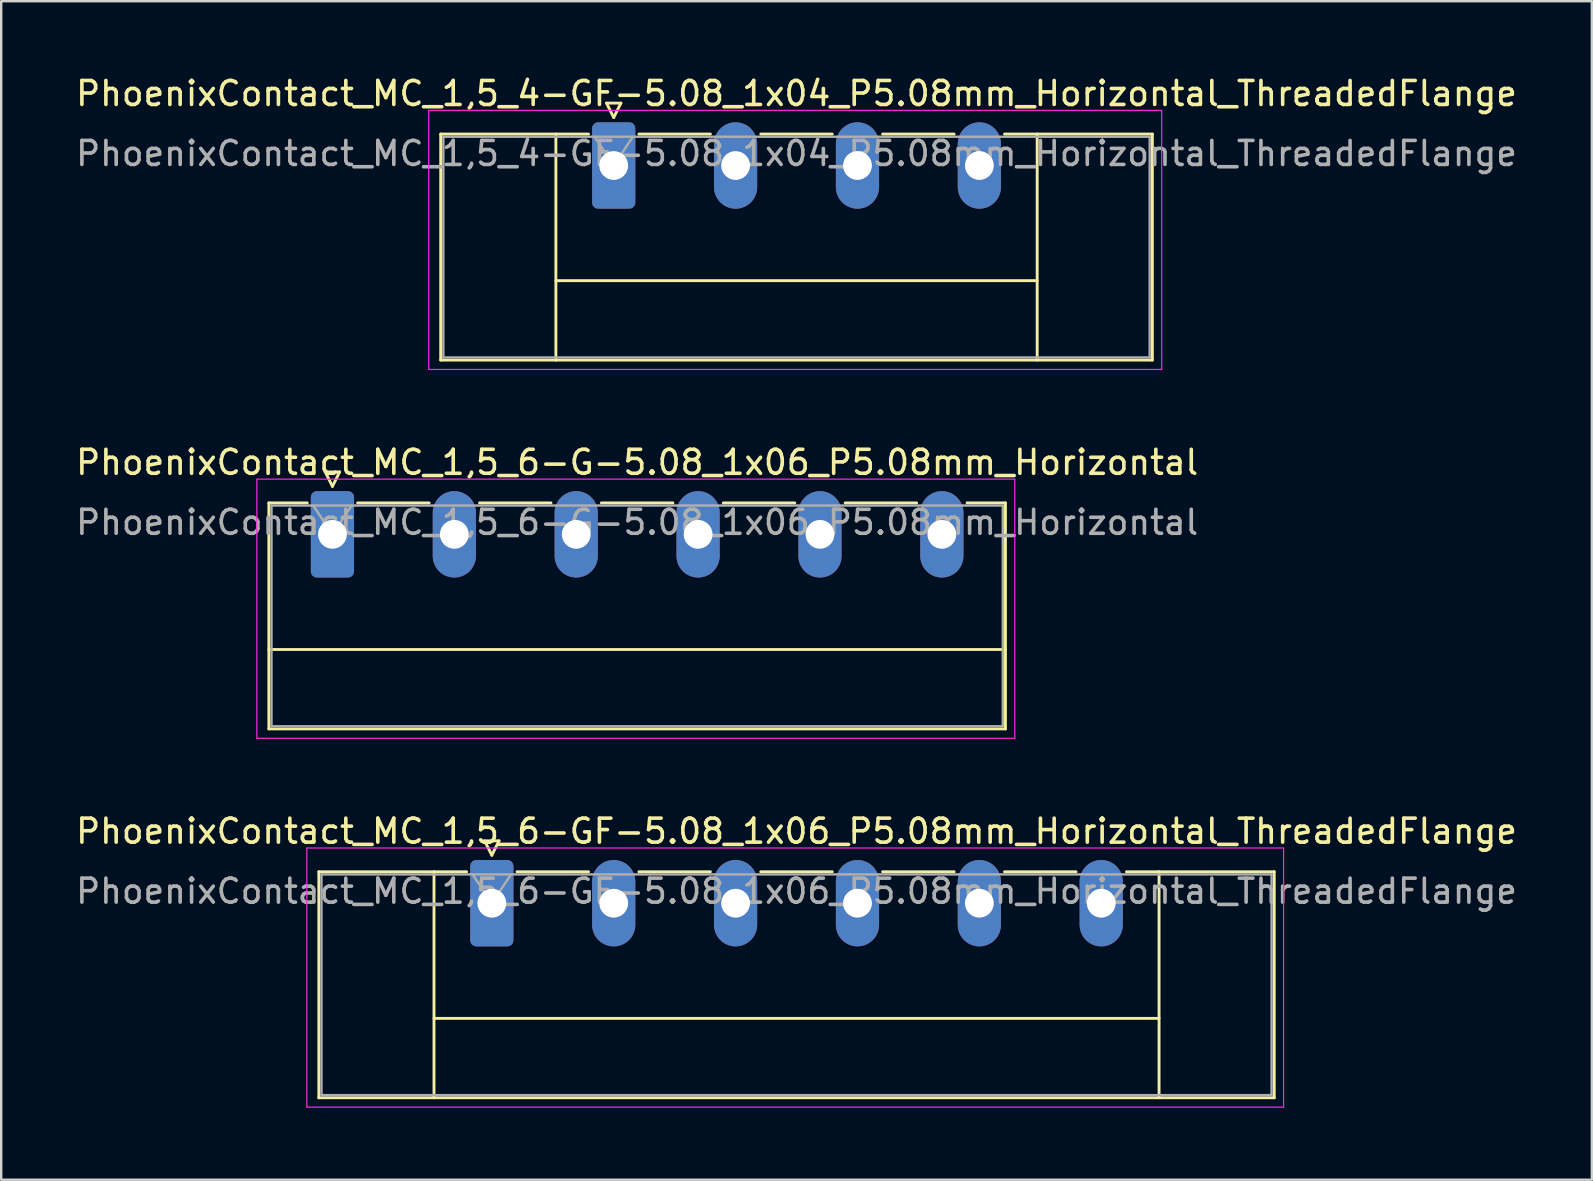
<source format=kicad_pcb>
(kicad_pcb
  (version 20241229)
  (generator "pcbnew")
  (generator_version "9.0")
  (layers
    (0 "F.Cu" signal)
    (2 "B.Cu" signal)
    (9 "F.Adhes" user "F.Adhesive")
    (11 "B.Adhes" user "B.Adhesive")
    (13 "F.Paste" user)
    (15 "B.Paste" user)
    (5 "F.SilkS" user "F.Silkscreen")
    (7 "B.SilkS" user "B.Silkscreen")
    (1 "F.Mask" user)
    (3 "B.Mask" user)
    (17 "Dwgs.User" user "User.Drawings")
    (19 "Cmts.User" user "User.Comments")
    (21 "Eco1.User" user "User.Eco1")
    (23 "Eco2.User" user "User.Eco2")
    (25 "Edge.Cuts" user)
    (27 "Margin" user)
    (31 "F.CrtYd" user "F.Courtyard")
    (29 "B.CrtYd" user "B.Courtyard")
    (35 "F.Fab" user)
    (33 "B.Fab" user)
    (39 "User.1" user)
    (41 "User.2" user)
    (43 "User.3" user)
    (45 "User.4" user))
  (footprint "PhoenixContact_MC_1,5_4-GF-5.08_1x04_P5.08mm_Horizontal_ThreadedFlange"
    (layer "F.Cu")
    (at 22.529 3.848)
    (property "Reference" "PhoenixContact_MC_1,5_4-GF-5.08_1x04_P5.08mm_Horizontal_ThreadedFlange" (at 7.62 -3 0) (layer "F.SilkS") (effects (font (size 1 1) (thickness 0.15))))
    (attr through_hole)
    (fp_line (start -7.21 -1.31) (end -7.21 8.11) (stroke (width 0.12) (type solid)) (layer "F.SilkS"))
    (fp_line (start -7.21 -1.31) (end -1.05 -1.31) (stroke (width 0.12) (type solid)) (layer "F.SilkS"))
    (fp_line (start -7.21 8.11) (end 22.45 8.11) (stroke (width 0.12) (type solid)) (layer "F.SilkS"))
    (fp_line (start -2.41 -1.31) (end -2.41 8.11) (stroke (width 0.12) (type solid)) (layer "F.SilkS"))
    (fp_line (start -2.41 4.8) (end 17.65 4.8) (stroke (width 0.12) (type solid)) (layer "F.SilkS"))
    (fp_line (start -0.3 -2.6) (end 0.3 -2.6) (stroke (width 0.12) (type solid)) (layer "F.SilkS"))
    (fp_line (start 0 -2) (end -0.3 -2.6) (stroke (width 0.12) (type solid)) (layer "F.SilkS"))
    (fp_line (start 0.3 -2.6) (end 0 -2) (stroke (width 0.12) (type solid)) (layer "F.SilkS"))
    (fp_line (start 1.05 -1.31) (end 4.03 -1.31) (stroke (width 0.12) (type solid)) (layer "F.SilkS"))
    (fp_line (start 6.13 -1.31) (end 9.11 -1.31) (stroke (width 0.12) (type solid)) (layer "F.SilkS"))
    (fp_line (start 11.21 -1.31) (end 14.19 -1.31) (stroke (width 0.12) (type solid)) (layer "F.SilkS"))
    (fp_line (start 17.65 -1.31) (end 17.65 8.11) (stroke (width 0.12) (type solid)) (layer "F.SilkS"))
    (fp_line (start 22.45 -1.31) (end 16.29 -1.31) (stroke (width 0.12) (type solid)) (layer "F.SilkS"))
    (fp_line (start 22.45 8.11) (end 22.45 -1.31) (stroke (width 0.12) (type solid)) (layer "F.SilkS"))
    (fp_line (start -7.71 -2.3) (end -7.71 8.5) (stroke (width 0.05) (type solid)) (layer "F.CrtYd"))
    (fp_line (start -7.71 8.5) (end 22.84 8.5) (stroke (width 0.05) (type solid)) (layer "F.CrtYd"))
    (fp_line (start 22.84 -2.3) (end -7.71 -2.3) (stroke (width 0.05) (type solid)) (layer "F.CrtYd"))
    (fp_line (start 22.84 8.5) (end 22.84 -2.3) (stroke (width 0.05) (type solid)) (layer "F.CrtYd"))
    (fp_line (start -7.1 -1.2) (end -7.1 8) (stroke (width 0.1) (type solid)) (layer "F.Fab"))
    (fp_line (start -7.1 8) (end 22.34 8) (stroke (width 0.1) (type solid)) (layer "F.Fab"))
    (fp_line (start 0 0) (end -0.8 -1.2) (stroke (width 0.1) (type solid)) (layer "F.Fab"))
    (fp_line (start 0.8 -1.2) (end 0 0) (stroke (width 0.1) (type solid)) (layer "F.Fab"))
    (fp_line (start 22.34 -1.2) (end -7.1 -1.2) (stroke (width 0.1) (type solid)) (layer "F.Fab"))
    (fp_line (start 22.34 8) (end 22.34 -1.2) (stroke (width 0.1) (type solid)) (layer "F.Fab"))
    (fp_text user "${REFERENCE}" (at 7.62 -0.5 0) (layer "F.Fab") (effects (font (size 1 1) (thickness 0.15))))
    (pad "1" thru_hole roundrect (at 0 0) (size 1.8 3.6) (drill 1.2) (layers "*.Cu" "*.Mask") (roundrect_rratio 0.139))
    (pad "2" thru_hole oval (at 5.08 0) (size 1.8 3.6) (drill 1.2) (layers "*.Cu" "*.Mask"))
    (pad "3" thru_hole oval (at 10.16 0) (size 1.8 3.6) (drill 1.2) (layers "*.Cu" "*.Mask"))
    (pad "4" thru_hole oval (at 15.24 0) (size 1.8 3.6) (drill 1.2) (layers "*.Cu" "*.Mask")))
  (footprint "PhoenixContact_MC_1,5_6-GF-5.08_1x06_P5.08mm_Horizontal_ThreadedFlange"
    (layer "F.Cu")
    (at 17.449 34.595)
    (property "Reference" "PhoenixContact_MC_1,5_6-GF-5.08_1x06_P5.08mm_Horizontal_ThreadedFlange" (at 12.7 -3 0) (layer "F.SilkS") (effects (font (size 1 1) (thickness 0.15))))
    (attr through_hole)
    (fp_line (start -7.21 -1.31) (end -7.21 8.11) (stroke (width 0.12) (type solid)) (layer "F.SilkS"))
    (fp_line (start -7.21 -1.31) (end -1.05 -1.31) (stroke (width 0.12) (type solid)) (layer "F.SilkS"))
    (fp_line (start -7.21 8.11) (end 32.61 8.11) (stroke (width 0.12) (type solid)) (layer "F.SilkS"))
    (fp_line (start -2.41 -1.31) (end -2.41 8.11) (stroke (width 0.12) (type solid)) (layer "F.SilkS"))
    (fp_line (start -2.41 4.8) (end 27.81 4.8) (stroke (width 0.12) (type solid)) (layer "F.SilkS"))
    (fp_line (start -0.3 -2.6) (end 0.3 -2.6) (stroke (width 0.12) (type solid)) (layer "F.SilkS"))
    (fp_line (start 0 -2) (end -0.3 -2.6) (stroke (width 0.12) (type solid)) (layer "F.SilkS"))
    (fp_line (start 0.3 -2.6) (end 0 -2) (stroke (width 0.12) (type solid)) (layer "F.SilkS"))
    (fp_line (start 1.05 -1.31) (end 4.03 -1.31) (stroke (width 0.12) (type solid)) (layer "F.SilkS"))
    (fp_line (start 6.13 -1.31) (end 9.11 -1.31) (stroke (width 0.12) (type solid)) (layer "F.SilkS"))
    (fp_line (start 11.21 -1.31) (end 14.19 -1.31) (stroke (width 0.12) (type solid)) (layer "F.SilkS"))
    (fp_line (start 16.29 -1.31) (end 19.27 -1.31) (stroke (width 0.12) (type solid)) (layer "F.SilkS"))
    (fp_line (start 21.37 -1.31) (end 24.35 -1.31) (stroke (width 0.12) (type solid)) (layer "F.SilkS"))
    (fp_line (start 27.81 -1.31) (end 27.81 8.11) (stroke (width 0.12) (type solid)) (layer "F.SilkS"))
    (fp_line (start 32.61 -1.31) (end 26.45 -1.31) (stroke (width 0.12) (type solid)) (layer "F.SilkS"))
    (fp_line (start 32.61 8.11) (end 32.61 -1.31) (stroke (width 0.12) (type solid)) (layer "F.SilkS"))
    (fp_line (start -7.71 -2.3) (end -7.71 8.5) (stroke (width 0.05) (type solid)) (layer "F.CrtYd"))
    (fp_line (start -7.71 8.5) (end 33 8.5) (stroke (width 0.05) (type solid)) (layer "F.CrtYd"))
    (fp_line (start 33 -2.3) (end -7.71 -2.3) (stroke (width 0.05) (type solid)) (layer "F.CrtYd"))
    (fp_line (start 33 8.5) (end 33 -2.3) (stroke (width 0.05) (type solid)) (layer "F.CrtYd"))
    (fp_line (start -7.1 -1.2) (end -7.1 8) (stroke (width 0.1) (type solid)) (layer "F.Fab"))
    (fp_line (start -7.1 8) (end 32.5 8) (stroke (width 0.1) (type solid)) (layer "F.Fab"))
    (fp_line (start 0 0) (end -0.8 -1.2) (stroke (width 0.1) (type solid)) (layer "F.Fab"))
    (fp_line (start 0.8 -1.2) (end 0 0) (stroke (width 0.1) (type solid)) (layer "F.Fab"))
    (fp_line (start 32.5 -1.2) (end -7.1 -1.2) (stroke (width 0.1) (type solid)) (layer "F.Fab"))
    (fp_line (start 32.5 8) (end 32.5 -1.2) (stroke (width 0.1) (type solid)) (layer "F.Fab"))
    (fp_text user "${REFERENCE}" (at 12.7 -0.5 0) (layer "F.Fab") (effects (font (size 1 1) (thickness 0.15))))
    (pad "1" thru_hole roundrect (at 0 0) (size 1.8 3.6) (drill 1.2) (layers "*.Cu" "*.Mask") (roundrect_rratio 0.139))
    (pad "2" thru_hole oval (at 5.08 0) (size 1.8 3.6) (drill 1.2) (layers "*.Cu" "*.Mask"))
    (pad "3" thru_hole oval (at 10.16 0) (size 1.8 3.6) (drill 1.2) (layers "*.Cu" "*.Mask"))
    (pad "4" thru_hole oval (at 15.24 0) (size 1.8 3.6) (drill 1.2) (layers "*.Cu" "*.Mask"))
    (pad "5" thru_hole oval (at 20.32 0) (size 1.8 3.6) (drill 1.2) (layers "*.Cu" "*.Mask"))
    (pad "6" thru_hole oval (at 25.4 0) (size 1.8 3.6) (drill 1.2) (layers "*.Cu" "*.Mask")))
  (footprint "PhoenixContact_MC_1,5_6-G-5.08_1x06_P5.08mm_Horizontal"
    (layer "F.Cu")
    (at 10.806 19.221)
    (property "Reference" "PhoenixContact_MC_1,5_6-G-5.08_1x06_P5.08mm_Horizontal" (at 12.7 -3 0) (layer "F.SilkS") (effects (font (size 1 1) (thickness 0.15))))
    (attr through_hole)
    (fp_line (start -2.65 -1.31) (end -2.65 8.11) (stroke (width 0.12) (type solid)) (layer "F.SilkS"))
    (fp_line (start -2.65 -1.31) (end -1.05 -1.31) (stroke (width 0.12) (type solid)) (layer "F.SilkS"))
    (fp_line (start -2.65 4.8) (end 28.05 4.8) (stroke (width 0.12) (type solid)) (layer "F.SilkS"))
    (fp_line (start -2.65 8.11) (end 28.05 8.11) (stroke (width 0.12) (type solid)) (layer "F.SilkS"))
    (fp_line (start -0.3 -2.6) (end 0.3 -2.6) (stroke (width 0.12) (type solid)) (layer "F.SilkS"))
    (fp_line (start 0 -2) (end -0.3 -2.6) (stroke (width 0.12) (type solid)) (layer "F.SilkS"))
    (fp_line (start 0.3 -2.6) (end 0 -2) (stroke (width 0.12) (type solid)) (layer "F.SilkS"))
    (fp_line (start 1.05 -1.31) (end 4.03 -1.31) (stroke (width 0.12) (type solid)) (layer "F.SilkS"))
    (fp_line (start 6.13 -1.31) (end 9.11 -1.31) (stroke (width 0.12) (type solid)) (layer "F.SilkS"))
    (fp_line (start 11.21 -1.31) (end 14.19 -1.31) (stroke (width 0.12) (type solid)) (layer "F.SilkS"))
    (fp_line (start 16.29 -1.31) (end 19.27 -1.31) (stroke (width 0.12) (type solid)) (layer "F.SilkS"))
    (fp_line (start 21.37 -1.31) (end 24.35 -1.31) (stroke (width 0.12) (type solid)) (layer "F.SilkS"))
    (fp_line (start 28.05 -1.31) (end 26.45 -1.31) (stroke (width 0.12) (type solid)) (layer "F.SilkS"))
    (fp_line (start 28.05 8.11) (end 28.05 -1.31) (stroke (width 0.12) (type solid)) (layer "F.SilkS"))
    (fp_line (start -3.15 -2.3) (end -3.15 8.5) (stroke (width 0.05) (type solid)) (layer "F.CrtYd"))
    (fp_line (start -3.15 8.5) (end 28.44 8.5) (stroke (width 0.05) (type solid)) (layer "F.CrtYd"))
    (fp_line (start 28.44 -2.3) (end -3.15 -2.3) (stroke (width 0.05) (type solid)) (layer "F.CrtYd"))
    (fp_line (start 28.44 8.5) (end 28.44 -2.3) (stroke (width 0.05) (type solid)) (layer "F.CrtYd"))
    (fp_line (start -2.54 -1.2) (end -2.54 8) (stroke (width 0.1) (type solid)) (layer "F.Fab"))
    (fp_line (start -2.54 8) (end 27.94 8) (stroke (width 0.1) (type solid)) (layer "F.Fab"))
    (fp_line (start 0 0) (end -0.8 -1.2) (stroke (width 0.1) (type solid)) (layer "F.Fab"))
    (fp_line (start 0.8 -1.2) (end 0 0) (stroke (width 0.1) (type solid)) (layer "F.Fab"))
    (fp_line (start 27.94 -1.2) (end -2.54 -1.2) (stroke (width 0.1) (type solid)) (layer "F.Fab"))
    (fp_line (start 27.94 8) (end 27.94 -1.2) (stroke (width 0.1) (type solid)) (layer "F.Fab"))
    (fp_text user "${REFERENCE}" (at 12.7 -0.5 0) (layer "F.Fab") (effects (font (size 1 1) (thickness 0.15))))
    (pad "1" thru_hole roundrect (at 0 0) (size 1.8 3.6) (drill 1.2) (layers "*.Cu" "*.Mask") (roundrect_rratio 0.139))
    (pad "2" thru_hole oval (at 5.08 0) (size 1.8 3.6) (drill 1.2) (layers "*.Cu" "*.Mask"))
    (pad "3" thru_hole oval (at 10.16 0) (size 1.8 3.6) (drill 1.2) (layers "*.Cu" "*.Mask"))
    (pad "4" thru_hole oval (at 15.24 0) (size 1.8 3.6) (drill 1.2) (layers "*.Cu" "*.Mask"))
    (pad "5" thru_hole oval (at 20.32 0) (size 1.8 3.6) (drill 1.2) (layers "*.Cu" "*.Mask"))
    (pad "6" thru_hole oval (at 25.4 0) (size 1.8 3.6) (drill 1.2) (layers "*.Cu" "*.Mask")))
  (gr_rect
    (start -3 -3)
    (end 63.298 46.12)
    (stroke (width 0.1) (type default))
    (fill no)
    (layer "Edge.Cuts")))
</source>
